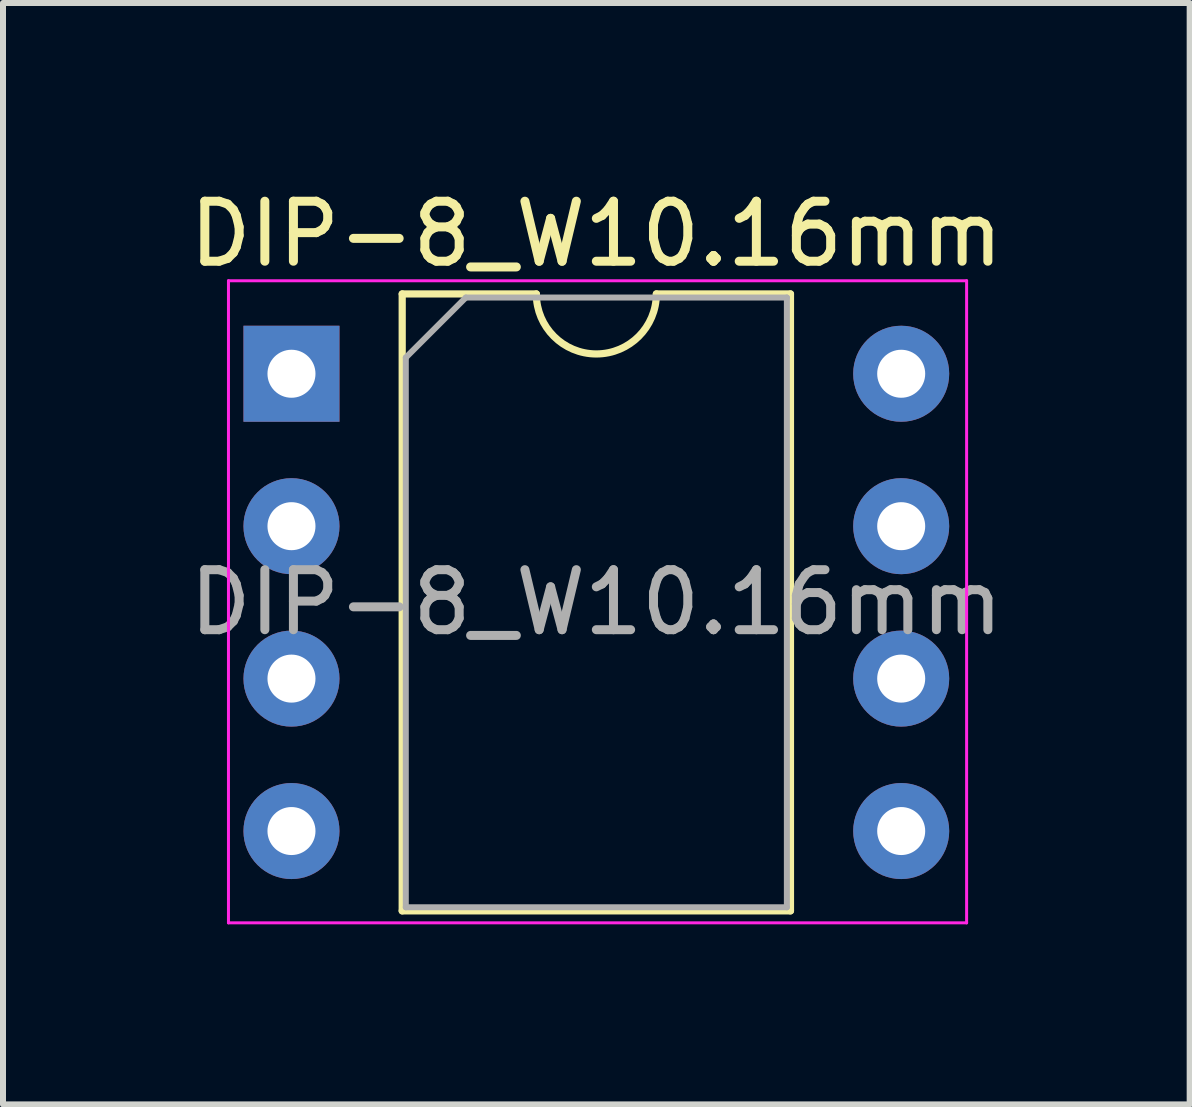
<source format=kicad_pcb>
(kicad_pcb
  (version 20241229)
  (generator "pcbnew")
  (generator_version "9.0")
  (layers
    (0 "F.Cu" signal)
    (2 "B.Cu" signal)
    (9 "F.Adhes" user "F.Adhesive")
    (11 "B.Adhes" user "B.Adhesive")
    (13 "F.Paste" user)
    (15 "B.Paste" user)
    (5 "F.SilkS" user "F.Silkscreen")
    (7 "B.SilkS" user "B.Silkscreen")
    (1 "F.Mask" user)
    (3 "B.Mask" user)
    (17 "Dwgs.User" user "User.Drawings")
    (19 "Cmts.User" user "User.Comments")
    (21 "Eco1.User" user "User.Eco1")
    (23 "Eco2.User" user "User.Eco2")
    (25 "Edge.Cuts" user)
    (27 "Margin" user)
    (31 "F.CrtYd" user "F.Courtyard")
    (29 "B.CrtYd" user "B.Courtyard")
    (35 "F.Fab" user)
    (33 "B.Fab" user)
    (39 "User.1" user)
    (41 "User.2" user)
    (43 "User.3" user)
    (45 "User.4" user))
  (footprint "DIP-8_W10.16mm"
    (layer "F.Cu")
    (at 6.887 6.988)
    (property "Reference" "DIP-8_W10.16mm" (at 0 -6.14 0) (layer "F.SilkS") (effects (font (size 1 1) (thickness 0.15))))
    (attr through_hole)
    (fp_line (start -3.235 -5.14) (end -3.235 5.14) (stroke (width 0.12) (type solid)) (layer "F.SilkS"))
    (fp_line (start -3.235 5.14) (end 3.235 5.14) (stroke (width 0.12) (type solid)) (layer "F.SilkS"))
    (fp_line (start -1 -5.14) (end -3.235 -5.14) (stroke (width 0.12) (type solid)) (layer "F.SilkS"))
    (fp_line (start 3.235 -5.14) (end 1 -5.14) (stroke (width 0.12) (type solid)) (layer "F.SilkS"))
    (fp_line (start 3.235 5.14) (end 3.235 -5.14) (stroke (width 0.12) (type solid)) (layer "F.SilkS"))
    (fp_arc (start 1 -5.14) (mid 0 -4.14) (end -1 -5.14) (stroke (width 0.12) (type solid)) (layer "F.SilkS"))
    (fp_line (start -6.13 -5.36) (end -6.13 5.34) (stroke (width 0.05) (type solid)) (layer "F.CrtYd"))
    (fp_line (start -6.13 5.34) (end 6.17 5.34) (stroke (width 0.05) (type solid)) (layer "F.CrtYd"))
    (fp_line (start 6.17 -5.36) (end -6.13 -5.36) (stroke (width 0.05) (type solid)) (layer "F.CrtYd"))
    (fp_line (start 6.17 5.34) (end 6.17 -5.36) (stroke (width 0.05) (type solid)) (layer "F.CrtYd"))
    (fp_line (start -3.175 -4.08) (end -2.175 -5.08) (stroke (width 0.1) (type solid)) (layer "F.Fab"))
    (fp_line (start -3.175 5.08) (end -3.175 -4.08) (stroke (width 0.1) (type solid)) (layer "F.Fab"))
    (fp_line (start -2.175 -5.08) (end 3.175 -5.08) (stroke (width 0.1) (type solid)) (layer "F.Fab"))
    (fp_line (start 3.175 -5.08) (end 3.175 5.08) (stroke (width 0.1) (type solid)) (layer "F.Fab"))
    (fp_line (start 3.175 5.08) (end -3.175 5.08) (stroke (width 0.1) (type solid)) (layer "F.Fab"))
    (fp_text user "${REFERENCE}" (at 0 0 0) (layer "F.Fab") (effects (font (size 1 1) (thickness 0.15))))
    (pad "1" thru_hole rect (at -5.08 -3.81) (size 1.6 1.6) (drill 0.8) (layers "*.Cu" "*.Mask"))
    (pad "2" thru_hole oval (at -5.08 -1.27) (size 1.6 1.6) (drill 0.8) (layers "*.Cu" "*.Mask"))
    (pad "3" thru_hole oval (at -5.08 1.27) (size 1.6 1.6) (drill 0.8) (layers "*.Cu" "*.Mask"))
    (pad "4" thru_hole oval (at -5.08 3.81) (size 1.6 1.6) (drill 0.8) (layers "*.Cu" "*.Mask"))
    (pad "5" thru_hole oval (at 5.08 3.81) (size 1.6 1.6) (drill 0.8) (layers "*.Cu" "*.Mask"))
    (pad "6" thru_hole oval (at 5.08 1.27) (size 1.6 1.6) (drill 0.8) (layers "*.Cu" "*.Mask"))
    (pad "7" thru_hole oval (at 5.08 -1.27) (size 1.6 1.6) (drill 0.8) (layers "*.Cu" "*.Mask"))
    (pad "8" thru_hole oval (at 5.08 -3.81) (size 1.6 1.6) (drill 0.8) (layers "*.Cu" "*.Mask")))
  (gr_rect
    (start -3 -3)
    (end 16.774 15.353)
    (stroke (width 0.1) (type default))
    (fill no)
    (layer "Edge.Cuts")))
</source>
